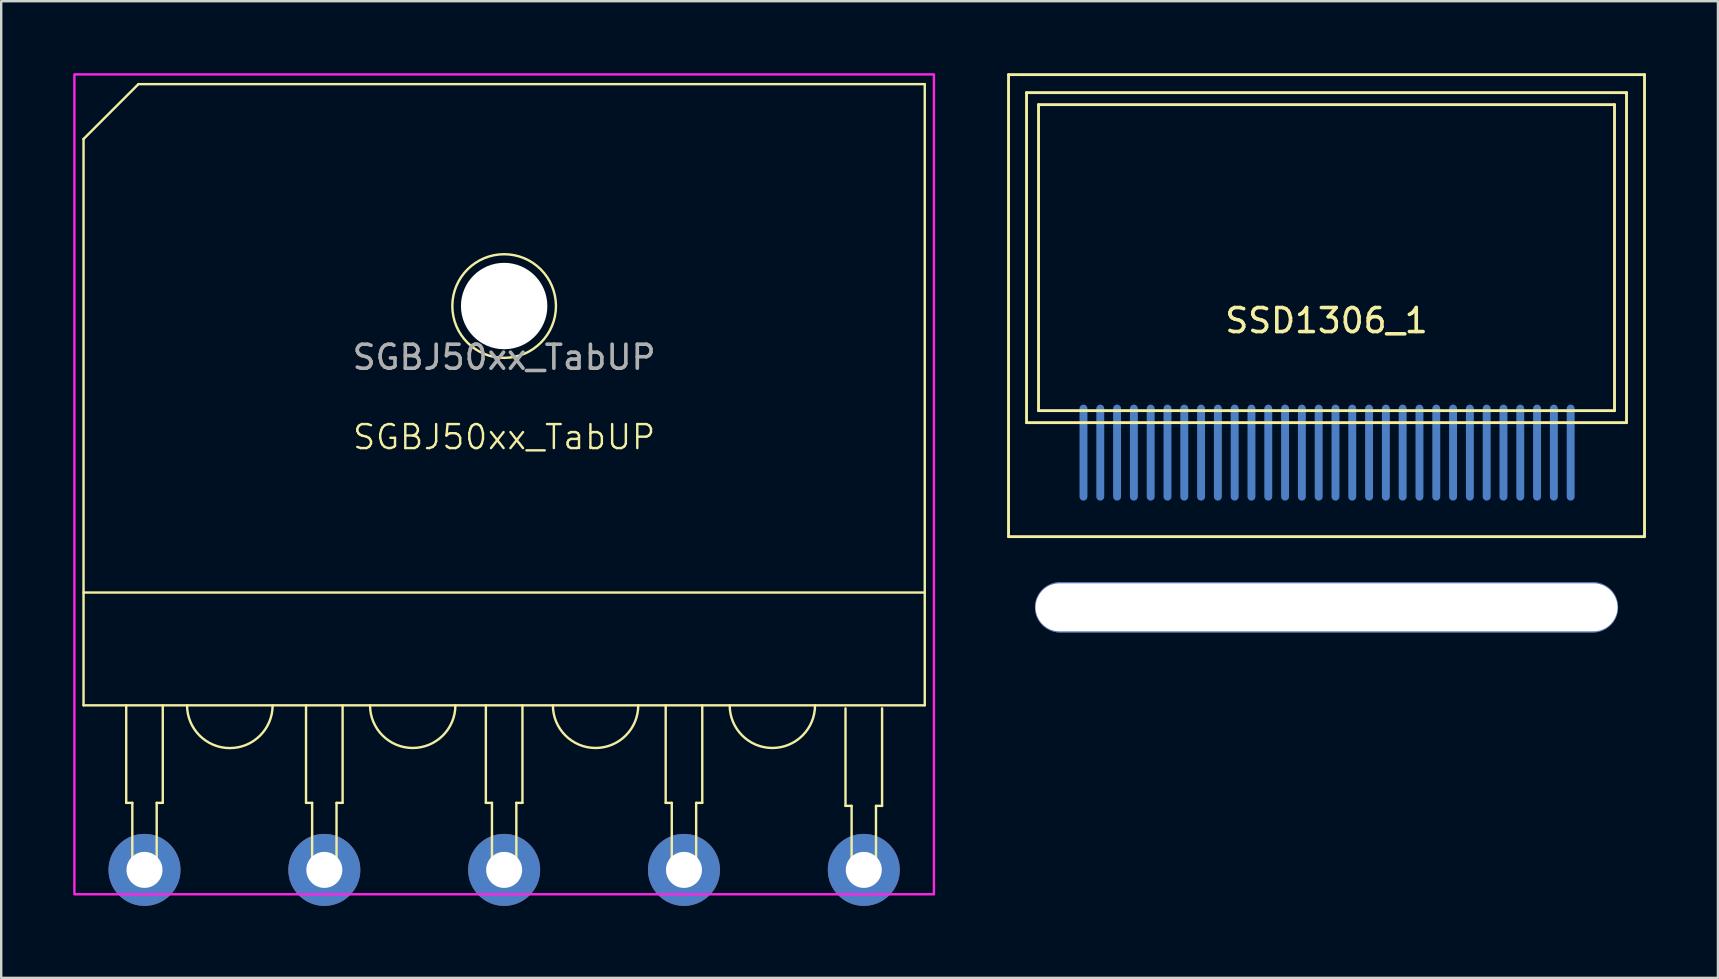
<source format=kicad_pcb>
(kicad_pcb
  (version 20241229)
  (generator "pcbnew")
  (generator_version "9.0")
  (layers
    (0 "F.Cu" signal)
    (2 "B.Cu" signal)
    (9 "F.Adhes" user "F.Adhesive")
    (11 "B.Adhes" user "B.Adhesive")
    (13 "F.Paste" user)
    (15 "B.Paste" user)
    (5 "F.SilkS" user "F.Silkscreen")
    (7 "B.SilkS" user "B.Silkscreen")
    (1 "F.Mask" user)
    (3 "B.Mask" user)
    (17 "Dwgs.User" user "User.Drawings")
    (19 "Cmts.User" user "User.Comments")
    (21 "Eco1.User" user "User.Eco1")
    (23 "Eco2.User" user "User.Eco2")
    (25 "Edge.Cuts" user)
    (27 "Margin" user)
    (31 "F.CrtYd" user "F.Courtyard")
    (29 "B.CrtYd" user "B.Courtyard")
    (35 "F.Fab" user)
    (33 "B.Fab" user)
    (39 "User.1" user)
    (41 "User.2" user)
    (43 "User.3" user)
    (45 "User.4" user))
  (footprint "SGBJ50xx_TabUP"
    (layer "F.Cu")
    (at 17.957 33.197)
    (property "Reference" "SGBJ50xx_TabUP" (at 0 -18.034 0) (unlocked yes) (layer "F.SilkS") (effects (font (size 1 1) (thickness 0.1))))
    (attr through_hole)
    (fp_line (start -17.526 -30.455) (end -17.526 -6.858) (stroke (width 0.1) (type default)) (layer "F.SilkS"))
    (fp_line (start -15.748 -2.794) (end -15.748 -6.858) (stroke (width 0.1) (type default)) (layer "F.SilkS"))
    (fp_line (start -15.748 -2.794) (end -15.494 -2.794) (stroke (width 0.1) (type default)) (layer "F.SilkS"))
    (fp_line (start -15.494 -2.794) (end -15.494 0.127) (stroke (width 0.1) (type default)) (layer "F.SilkS"))
    (fp_line (start -15.24 -32.741) (end -17.526 -30.455) (stroke (width 0.1) (type default)) (layer "F.SilkS"))
    (fp_line (start -14.478 -2.794) (end -14.478 0.127) (stroke (width 0.1) (type default)) (layer "F.SilkS"))
    (fp_line (start -14.478 -0.381) (end -15.494 -0.381) (stroke (width 0.1) (type default)) (layer "F.SilkS"))
    (fp_line (start -14.478 0.127) (end -15.494 0.127) (stroke (width 0.1) (type default)) (layer "F.SilkS"))
    (fp_line (start -14.224 -2.794) (end -14.478 -2.794) (stroke (width 0.1) (type default)) (layer "F.SilkS"))
    (fp_line (start -14.224 -2.794) (end -14.224 -6.858) (stroke (width 0.1) (type default)) (layer "F.SilkS"))
    (fp_line (start -8.255 -2.794) (end -8.255 -6.858) (stroke (width 0.1) (type default)) (layer "F.SilkS"))
    (fp_line (start -8.255 -2.794) (end -8.001 -2.794) (stroke (width 0.1) (type default)) (layer "F.SilkS"))
    (fp_line (start -8.001 -2.794) (end -8.001 0.127) (stroke (width 0.1) (type default)) (layer "F.SilkS"))
    (fp_line (start -6.985 -2.794) (end -6.985 0.127) (stroke (width 0.1) (type default)) (layer "F.SilkS"))
    (fp_line (start -6.985 -0.381) (end -8.001 -0.381) (stroke (width 0.1) (type default)) (layer "F.SilkS"))
    (fp_line (start -6.985 0.127) (end -8.001 0.127) (stroke (width 0.1) (type default)) (layer "F.SilkS"))
    (fp_line (start -6.731 -2.794) (end -6.985 -2.794) (stroke (width 0.1) (type default)) (layer "F.SilkS"))
    (fp_line (start -6.731 -2.794) (end -6.731 -6.858) (stroke (width 0.1) (type default)) (layer "F.SilkS"))
    (fp_line (start -0.762 -2.794) (end -0.762 -6.858) (stroke (width 0.1) (type default)) (layer "F.SilkS"))
    (fp_line (start -0.762 -2.794) (end -0.508 -2.794) (stroke (width 0.1) (type default)) (layer "F.SilkS"))
    (fp_line (start -0.508 -2.794) (end -0.508 0.127) (stroke (width 0.1) (type default)) (layer "F.SilkS"))
    (fp_line (start 0.508 -2.794) (end 0.508 0.127) (stroke (width 0.1) (type default)) (layer "F.SilkS"))
    (fp_line (start 0.508 -0.381) (end -0.508 -0.381) (stroke (width 0.1) (type default)) (layer "F.SilkS"))
    (fp_line (start 0.508 0.127) (end -0.508 0.127) (stroke (width 0.1) (type default)) (layer "F.SilkS"))
    (fp_line (start 0.762 -2.794) (end 0.508 -2.794) (stroke (width 0.1) (type default)) (layer "F.SilkS"))
    (fp_line (start 0.762 -2.794) (end 0.762 -6.858) (stroke (width 0.1) (type default)) (layer "F.SilkS"))
    (fp_line (start 6.731 -2.794) (end 6.731 -6.858) (stroke (width 0.1) (type default)) (layer "F.SilkS"))
    (fp_line (start 6.731 -2.794) (end 6.985 -2.794) (stroke (width 0.1) (type default)) (layer "F.SilkS"))
    (fp_line (start 6.985 -2.794) (end 6.985 0.127) (stroke (width 0.1) (type default)) (layer "F.SilkS"))
    (fp_line (start 8.001 -2.794) (end 8.001 0.127) (stroke (width 0.1) (type default)) (layer "F.SilkS"))
    (fp_line (start 8.001 -0.381) (end 6.985 -0.381) (stroke (width 0.1) (type default)) (layer "F.SilkS"))
    (fp_line (start 8.001 0.127) (end 6.985 0.127) (stroke (width 0.1) (type default)) (layer "F.SilkS"))
    (fp_line (start 8.255 -2.794) (end 8.001 -2.794) (stroke (width 0.1) (type default)) (layer "F.SilkS"))
    (fp_line (start 8.255 -2.794) (end 8.255 -6.858) (stroke (width 0.1) (type default)) (layer "F.SilkS"))
    (fp_line (start 14.224 -2.667) (end 14.224 -6.731) (stroke (width 0.1) (type default)) (layer "F.SilkS"))
    (fp_line (start 14.224 -2.667) (end 14.478 -2.667) (stroke (width 0.1) (type default)) (layer "F.SilkS"))
    (fp_line (start 14.478 -2.667) (end 14.478 0.254) (stroke (width 0.1) (type default)) (layer "F.SilkS"))
    (fp_line (start 15.494 -2.667) (end 15.494 0.254) (stroke (width 0.1) (type default)) (layer "F.SilkS"))
    (fp_line (start 15.494 -0.254) (end 14.478 -0.254) (stroke (width 0.1) (type default)) (layer "F.SilkS"))
    (fp_line (start 15.494 0.254) (end 14.478 0.254) (stroke (width 0.1) (type default)) (layer "F.SilkS"))
    (fp_line (start 15.748 -2.667) (end 15.494 -2.667) (stroke (width 0.1) (type default)) (layer "F.SilkS"))
    (fp_line (start 15.748 -2.667) (end 15.748 -6.731) (stroke (width 0.1) (type default)) (layer "F.SilkS"))
    (fp_line (start 17.526 -32.741) (end -15.24 -32.741) (stroke (width 0.1) (type default)) (layer "F.SilkS"))
    (fp_line (start 17.526 -32.741) (end 17.526 -6.858) (stroke (width 0.1) (type default)) (layer "F.SilkS"))
    (fp_line (start 17.526 -11.557) (end -17.526 -11.557) (stroke (width 0.1) (type default)) (layer "F.SilkS"))
    (fp_line (start 17.526 -6.858) (end -17.526 -6.858) (stroke (width 0.1) (type default)) (layer "F.SilkS"))
    (fp_arc (start -9.647471 -6.858) (mid -11.43 -5.075471) (end -13.212529 -6.858) (stroke (width 0.1) (type default)) (layer "F.SilkS"))
    (fp_arc (start -2.032 -6.858) (mid -3.81 -5.08) (end -5.588 -6.858) (stroke (width 0.1) (type default)) (layer "F.SilkS"))
    (fp_arc (start 5.588 -6.858) (mid 3.81 -5.08) (end 2.032 -6.858) (stroke (width 0.1) (type default)) (layer "F.SilkS"))
    (fp_arc (start 12.954 -6.858) (mid 11.176 -5.08) (end 9.398 -6.858) (stroke (width 0.1) (type default)) (layer "F.SilkS"))
    (fp_circle (center 0 -23.495) (end 0 -21.336) (stroke (width 0.1) (type default)) (fill no) (layer "F.SilkS"))
    (fp_rect (start -17.907 -33.147) (end 17.907 1.016) (stroke (width 0.1) (type default)) (fill no) (layer "F.CrtYd"))
    (fp_text user "${REFERENCE}" (at 0 -21.36 0) (unlocked yes) (layer "F.Fab") (effects (font (size 1 1) (thickness 0.15))))
    (pad "" np_thru_hole circle (at 0 -23.495) (size 3.6 3.6) (drill 3.6) (layers "*.Cu" "*.Mask"))
    (pad "1" thru_hole circle (at 14.986 0) (size 3 3) (drill 1.5) (layers "*.Cu" "*.Mask"))
    (pad "2" thru_hole circle (at 7.493 0) (size 3 3) (drill 1.5) (layers "*.Cu" "*.Mask"))
    (pad "3" thru_hole circle (at 0 0) (size 3 3) (drill 1.5) (layers "*.Cu" "*.Mask"))
    (pad "4" thru_hole circle (at -7.493 0) (size 3 3) (drill 1.5) (layers "*.Cu" "*.Mask"))
    (pad "5" thru_hole circle (at -14.986 0) (size 3 3) (drill 1.5) (layers "*.Cu" "*.Mask")))
  (footprint "SSD1306_1"
    (layer "F.Cu")
    (at 52.224 9.81)
    (property "Reference" "SSD1306_1" (at 0 0.5 0) (layer "F.SilkS") (effects (font (size 1 1) (thickness 0.15))))
    (attr through_hole)
    (fp_line (start -13.25 -9.75) (end -13.25 9.5) (stroke (width 0.12) (type solid)) (layer "F.SilkS"))
    (fp_line (start -13.25 9.5) (end 13.25 9.5) (stroke (width 0.12) (type solid)) (layer "F.SilkS"))
    (fp_line (start -12.5 -9) (end 12.5 -9) (stroke (width 0.12) (type solid)) (layer "F.SilkS"))
    (fp_line (start -12.5 4.75) (end -12.5 -9) (stroke (width 0.12) (type solid)) (layer "F.SilkS"))
    (fp_line (start -12 -8.5) (end 12 -8.5) (stroke (width 0.12) (type solid)) (layer "F.SilkS"))
    (fp_line (start -12 4.25) (end -12 -8.5) (stroke (width 0.12) (type solid)) (layer "F.SilkS"))
    (fp_line (start 12 -8.5) (end 12 4.25) (stroke (width 0.12) (type solid)) (layer "F.SilkS"))
    (fp_line (start 12 4.25) (end -12 4.25) (stroke (width 0.12) (type solid)) (layer "F.SilkS"))
    (fp_line (start 12.5 -9) (end 12.5 4.75) (stroke (width 0.12) (type solid)) (layer "F.SilkS"))
    (fp_line (start 12.5 4.75) (end -12.5 4.75) (stroke (width 0.12) (type solid)) (layer "F.SilkS"))
    (fp_line (start 13.25 -9.75) (end -13.25 -9.75) (stroke (width 0.12) (type solid)) (layer "F.SilkS"))
    (fp_line (start 13.25 9.5) (end 13.25 -9.75) (stroke (width 0.12) (type solid)) (layer "F.SilkS"))
    (pad "" thru_hole oval (at 0 12.446) (size 24.3 2.1) (drill oval 24.25 2) (layers "*.Cu" "*.Mask"))
    (pad "1" smd oval (at -10.127 6) (size 0.33 4) (layers "B.Cu" "B.Mask" "B.Paste"))
    (pad "2" smd oval (at -9.427 6) (size 0.33 4) (layers "B.Cu" "B.Mask" "B.Paste"))
    (pad "3" smd oval (at -8.727 6) (size 0.33 4) (layers "B.Cu" "B.Mask" "B.Paste"))
    (pad "4" smd oval (at -8.027 6) (size 0.33 4) (layers "B.Cu" "B.Mask" "B.Paste"))
    (pad "5" smd oval (at -7.327 6) (size 0.33 4) (layers "B.Cu" "B.Mask" "B.Paste"))
    (pad "6" smd oval (at -6.627 6) (size 0.33 4) (layers "B.Cu" "B.Mask" "B.Paste"))
    (pad "7" smd oval (at -5.927 6) (size 0.33 4) (layers "B.Cu" "B.Mask" "B.Paste"))
    (pad "8" smd oval (at -5.227 6) (size 0.33 4) (layers "B.Cu" "B.Mask" "B.Paste"))
    (pad "9" smd oval (at -4.527 6) (size 0.33 4) (layers "B.Cu" "B.Mask" "B.Paste"))
    (pad "10" smd oval (at -3.827 6) (size 0.33 4) (layers "B.Cu" "B.Mask" "B.Paste"))
    (pad "11" smd oval (at -3.127 6) (size 0.33 4) (layers "B.Cu" "B.Mask" "B.Paste"))
    (pad "12" smd oval (at -2.427 6) (size 0.33 4) (layers "B.Cu" "B.Mask" "B.Paste"))
    (pad "13" smd oval (at -1.727 6) (size 0.33 4) (layers "B.Cu" "B.Mask" "B.Paste"))
    (pad "14" smd oval (at -1.027 6) (size 0.33 4) (layers "B.Cu" "B.Mask" "B.Paste"))
    (pad "15" smd oval (at -0.327 6) (size 0.33 4) (layers "B.Cu" "B.Mask" "B.Paste"))
    (pad "16" smd oval (at 0.373 6) (size 0.33 4) (layers "B.Cu" "B.Mask" "B.Paste"))
    (pad "17" smd oval (at 1.073 6) (size 0.33 4) (layers "B.Cu" "B.Mask" "B.Paste"))
    (pad "18" smd oval (at 1.773 6) (size 0.33 4) (layers "B.Cu" "B.Mask" "B.Paste"))
    (pad "19" smd oval (at 2.473 6) (size 0.33 4) (layers "B.Cu" "B.Mask" "B.Paste"))
    (pad "20" smd oval (at 3.173 6) (size 0.33 4) (layers "B.Cu" "B.Mask" "B.Paste"))
    (pad "21" smd oval (at 3.873 6) (size 0.33 4) (layers "B.Cu" "B.Mask" "B.Paste"))
    (pad "22" smd oval (at 4.573 6) (size 0.33 4) (layers "B.Cu" "B.Mask" "B.Paste"))
    (pad "23" smd oval (at 5.273 6) (size 0.33 4) (layers "B.Cu" "B.Mask" "B.Paste"))
    (pad "24" smd oval (at 5.973 6) (size 0.33 4) (layers "B.Cu" "B.Mask" "B.Paste"))
    (pad "25" smd oval (at 6.673 6) (size 0.33 4) (layers "B.Cu" "B.Mask" "B.Paste"))
    (pad "26" smd oval (at 7.373 6) (size 0.33 4) (layers "B.Cu" "B.Mask" "B.Paste"))
    (pad "27" smd oval (at 8.073 6) (size 0.33 4) (layers "B.Cu" "B.Mask" "B.Paste"))
    (pad "28" smd oval (at 8.773 6) (size 0.33 4) (layers "B.Cu" "B.Mask" "B.Paste"))
    (pad "29" smd oval (at 9.473 6) (size 0.33 4) (layers "B.Cu" "B.Mask" "B.Paste"))
    (pad "30" smd oval (at 10.173 6) (size 0.33 4) (layers "B.Cu" "B.Mask" "B.Paste")))
  (gr_rect
    (start -3 -3)
    (end 68.534 37.697)
    (stroke (width 0.1) (type default))
    (fill no)
    (layer "Edge.Cuts")))
</source>
